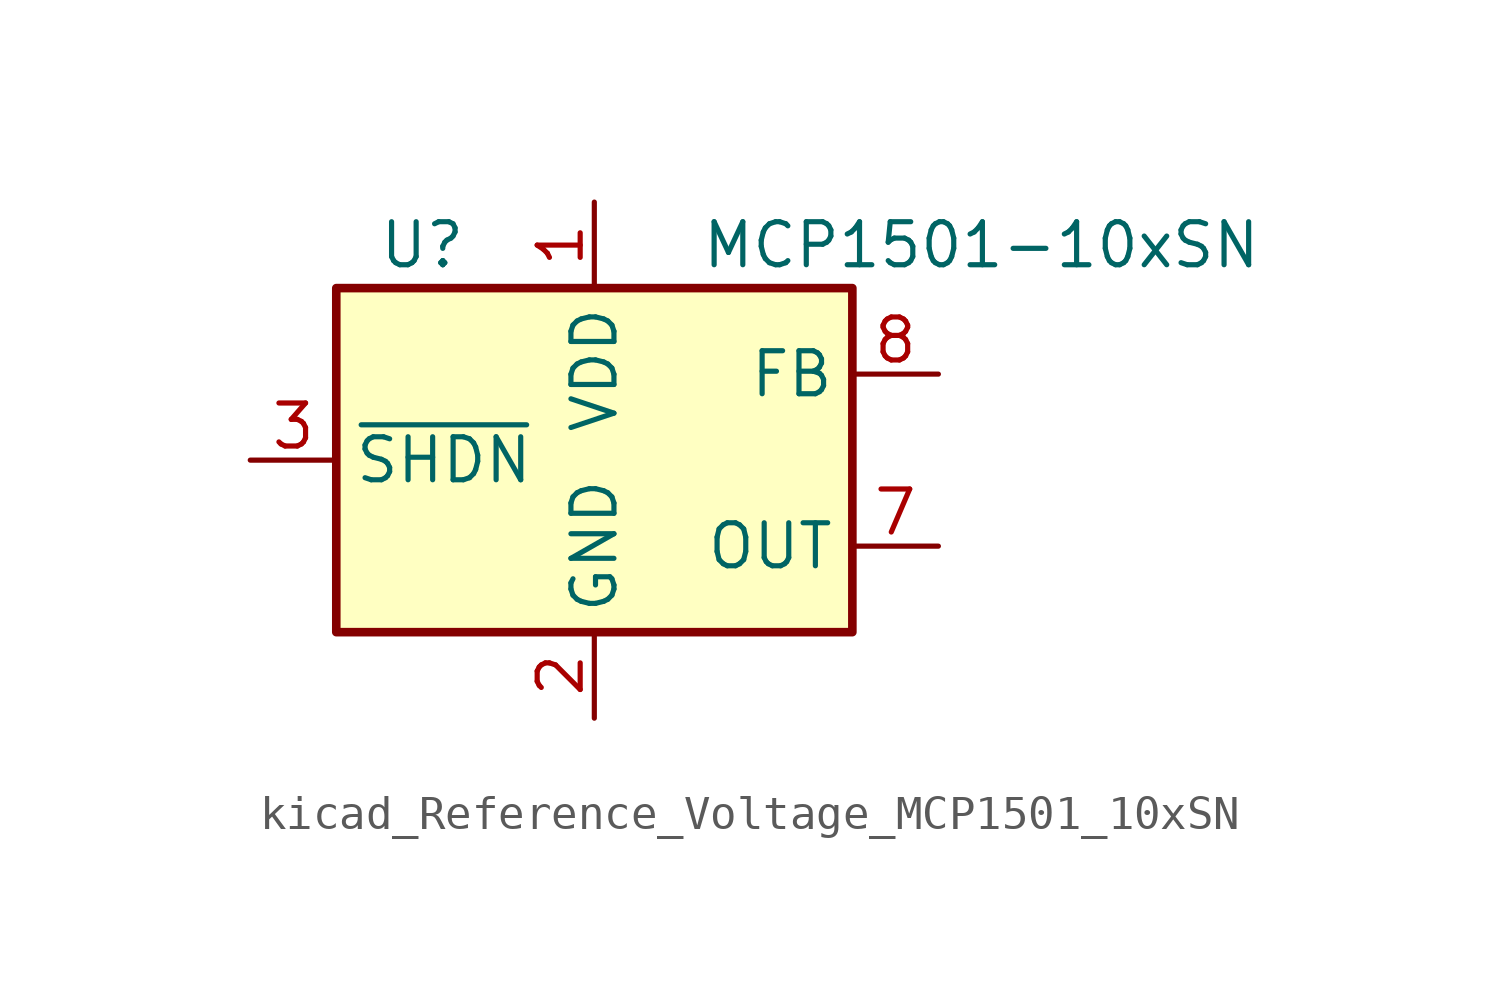
<source format=kicad_sym>
(kicad_symbol_lib
  (version 20220914)
  (generator kicad_symbol_editor)
  (symbol "kicad_Reference_Voltage_MCP1501_10xSN"
    (property "Reference" "U"
      (at -5.08 6.35 0)
      (effects (font (size 1.27 1.27))))
    (property "Value" "MCP1501-10xSN"
      (at 11.43 6.35 0)
      (effects (font (size 1.27 1.27))))
    (symbol "kicad_Reference_Voltage_MCP1501_10xSN_0_0"
      (pin power_in line (at 0 7.62 270) (length 2.54) (name "VDD" (effects (font (size 1.27 1.27)))) (number "1" (effects (font (size 1.27 1.27)))))
      (pin power_in line (at 0 -7.62 90) (length 2.54) (name "GND" (effects (font (size 1.27 1.27)))) (number "2" (effects (font (size 1.27 1.27)))))
      (pin input line (at -10.16 0 0) (length 2.54) (name "~{SHDN}" (effects (font (size 1.27 1.27)))) (number "3" (effects (font (size 1.27 1.27)))))
      (pin passive line (at 0 -7.62 90) (length 2.54) hide (name "GND" (effects (font (size 1.27 1.27)))) (number "4" (effects (font (size 1.27 1.27)))))
      (pin passive line (at 0 -7.62 90) (length 2.54) hide (name "GND" (effects (font (size 1.27 1.27)))) (number "5" (effects (font (size 1.27 1.27)))))
      (pin passive line (at 0 -7.62 90) (length 2.54) hide (name "GND" (effects (font (size 1.27 1.27)))) (number "6" (effects (font (size 1.27 1.27)))))
      (pin power_out line (at 10.16 -2.54 180) (length 2.54) (name "OUT" (effects (font (size 1.27 1.27)))) (number "7" (effects (font (size 1.27 1.27)))))
      (pin input line (at 10.16 2.54 180) (length 2.54) (name "FB" (effects (font (size 1.27 1.27)))) (number "8" (effects (font (size 1.27 1.27))))))
    (symbol "kicad_Reference_Voltage_MCP1501_10xSN_0_1"
      (rectangle (start -7.62 5.08) (end 7.62 -5.08) (stroke (width 0.254) (type default)) (fill (type background))))))
</source>
